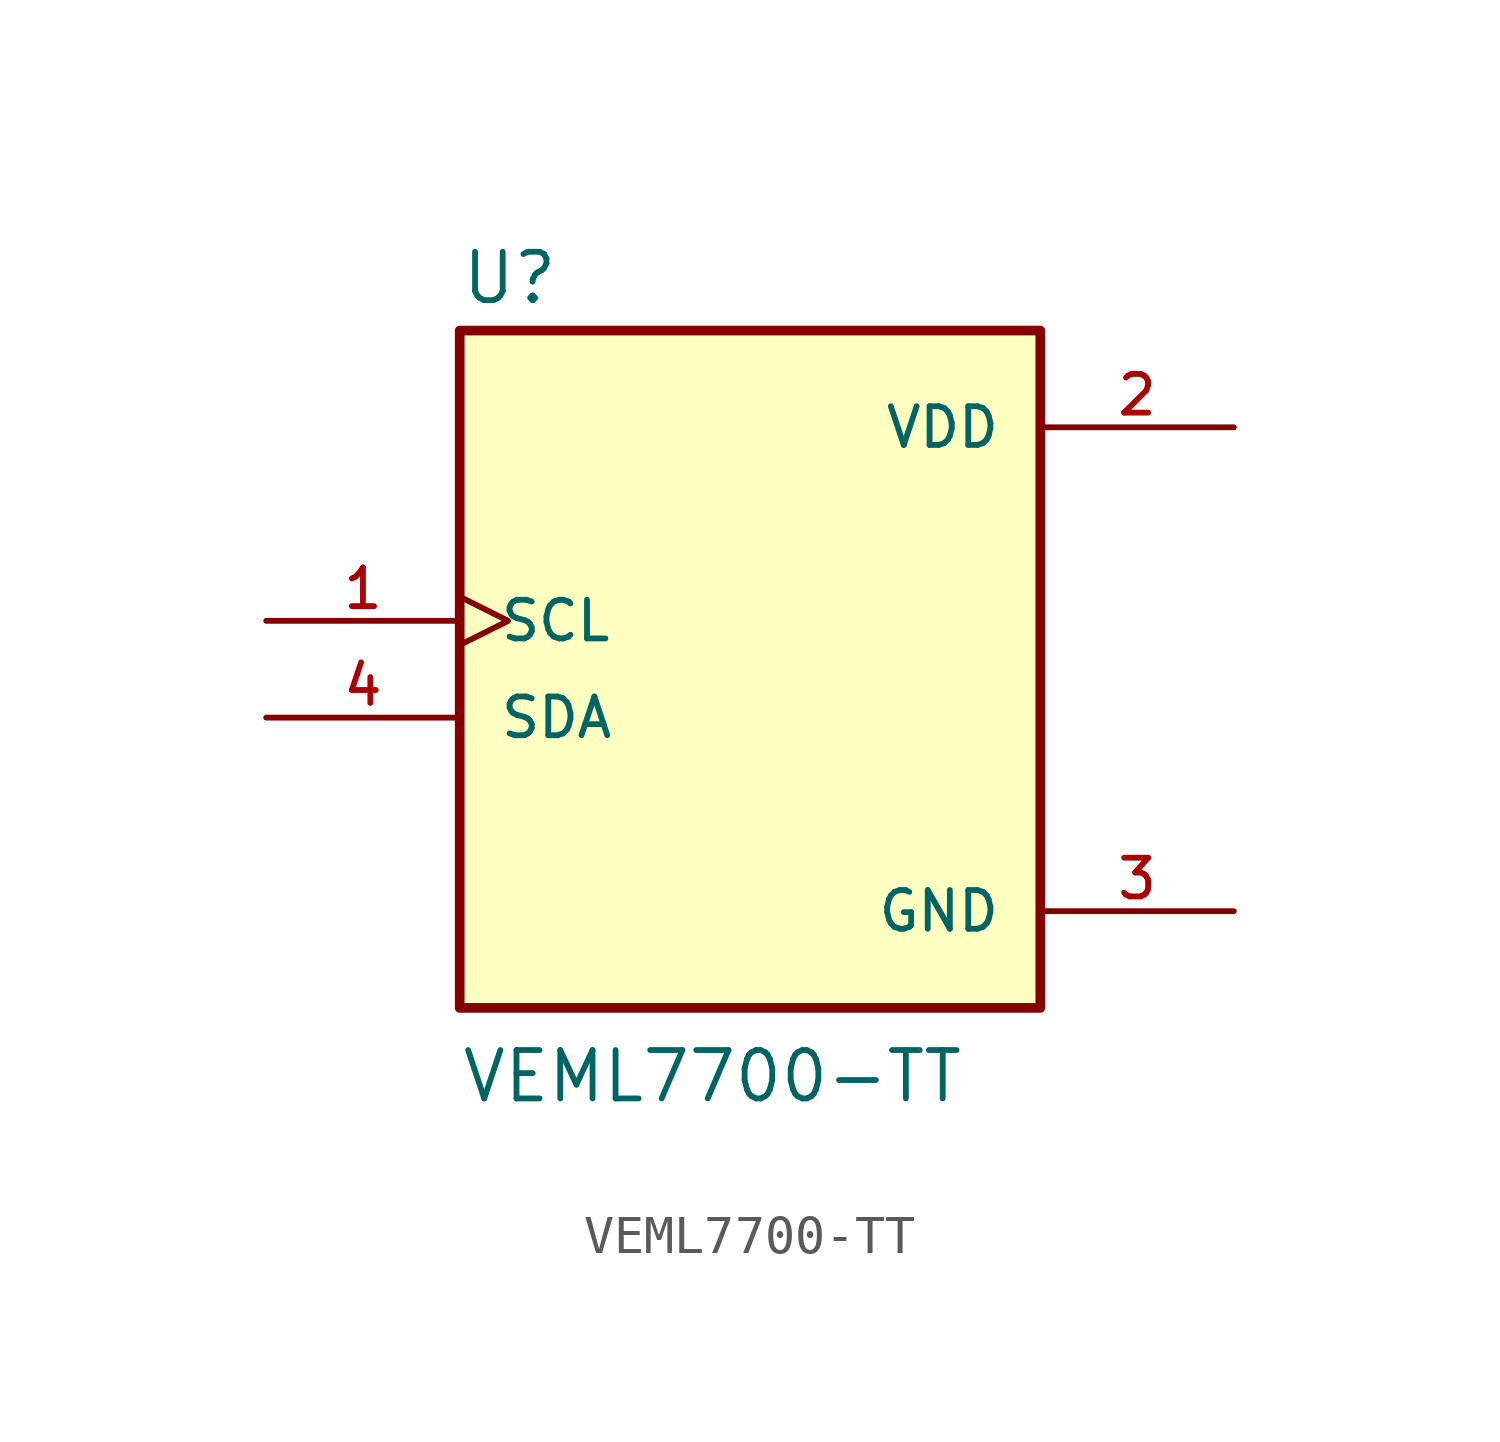
<source format=kicad_sym>
(kicad_symbol_lib
  (version 20211014)
  (generator kicad_symbol_editor)
  (symbol "VEML7700-TT"
    (pin_names
      (offset 1.016))
    (property "Reference" "U"
      (at -7.62 10.795 0)
      (effects (font (size 1.27 1.27)) (justify bottom left)))
    (property "Value" "VEML7700-TT"
      (at -7.62 -10.16 0)
      (effects (font (size 1.27 1.27)) (justify bottom left)))
    (symbol "VEML7700-TT_0_0"
      (rectangle (start -7.62 -7.62) (end 7.62 10.16) (stroke (width 0.254)) (fill (type background)))
      (pin input clock (at -12.7 2.54 0) (length 5.08) (name "SCL" (effects (font (size 1.016 1.016)))) (number "1" (effects (font (size 1.016 1.016)))))
      (pin power_in line (at 12.7 7.62 180.0) (length 5.08) (name "VDD" (effects (font (size 1.016 1.016)))) (number "2" (effects (font (size 1.016 1.016)))))
      (pin power_in line (at 12.7 -5.08 180.0) (length 5.08) (name "GND" (effects (font (size 1.016 1.016)))) (number "3" (effects (font (size 1.016 1.016)))))
      (pin bidirectional line (at -12.7 0.0 0) (length 5.08) (name "SDA" (effects (font (size 1.016 1.016)))) (number "4" (effects (font (size 1.016 1.016))))))))
</source>
